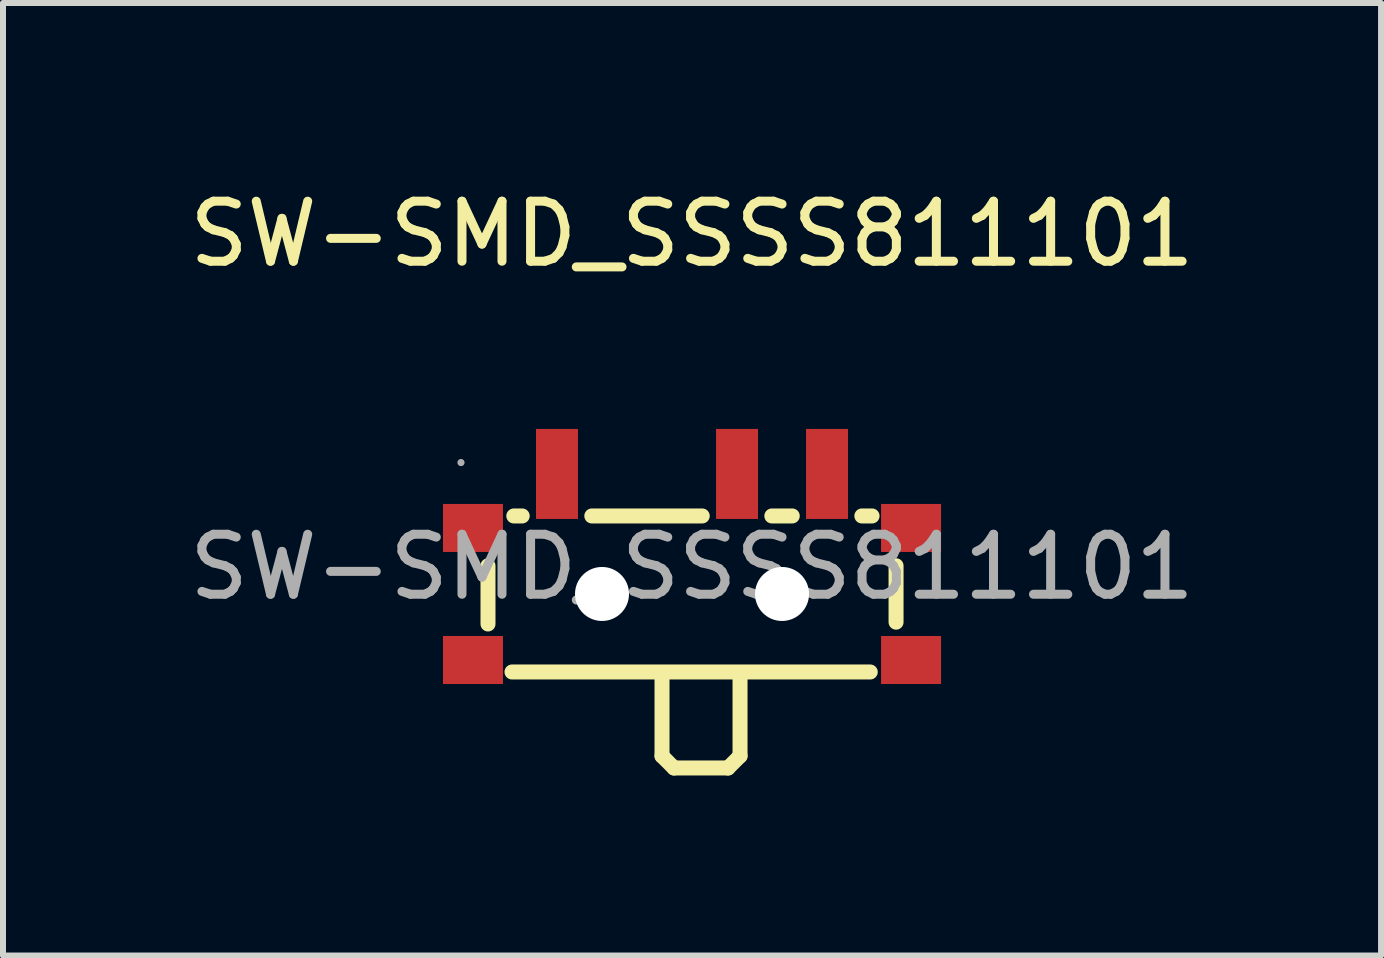
<source format=kicad_pcb>
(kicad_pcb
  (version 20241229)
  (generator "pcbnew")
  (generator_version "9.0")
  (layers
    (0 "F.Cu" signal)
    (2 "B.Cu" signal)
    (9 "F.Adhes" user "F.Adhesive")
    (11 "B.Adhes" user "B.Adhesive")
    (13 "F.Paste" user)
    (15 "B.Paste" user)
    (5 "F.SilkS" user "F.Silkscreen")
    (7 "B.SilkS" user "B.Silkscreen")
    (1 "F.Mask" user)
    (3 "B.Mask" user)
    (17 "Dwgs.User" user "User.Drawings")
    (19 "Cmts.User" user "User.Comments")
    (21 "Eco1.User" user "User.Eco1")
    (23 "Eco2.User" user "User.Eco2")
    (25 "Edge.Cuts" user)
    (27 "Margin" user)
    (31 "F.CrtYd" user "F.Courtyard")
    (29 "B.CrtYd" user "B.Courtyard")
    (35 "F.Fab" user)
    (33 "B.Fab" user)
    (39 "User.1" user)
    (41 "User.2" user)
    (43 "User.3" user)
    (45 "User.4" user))
  (footprint "SW-SMD_SSSS811101"
    (layer "F.Cu")
    (at 8.482 6.398)
    (property "Reference" "SW-SMD_SSSS811101" (at 0 -5.55 0) (layer "F.SilkS") (effects (font (size 1 1) (thickness 0.15))))
    (attr smd)
    (fp_line (start -3.4 0.95) (end -3.4 -0.02) (stroke (width 0.25) (type solid)) (layer "F.SilkS"))
    (fp_line (start -2.97 -0.85) (end -2.83 -0.85) (stroke (width 0.25) (type solid)) (layer "F.SilkS"))
    (fp_line (start -1.67 -0.85) (end 0.17 -0.85) (stroke (width 0.25) (type solid)) (layer "F.SilkS"))
    (fp_line (start -0.5 3.15) (end -0.5 1.85) (stroke (width 0.25) (type solid)) (layer "F.SilkS"))
    (fp_line (start -0.3 3.35) (end -0.5 3.15) (stroke (width 0.25) (type solid)) (layer "F.SilkS"))
    (fp_line (start -0.3 3.35) (end 0.6 3.35) (stroke (width 0.25) (type solid)) (layer "F.SilkS"))
    (fp_line (start 0.6 3.35) (end 0.8 3.15) (stroke (width 0.25) (type solid)) (layer "F.SilkS"))
    (fp_line (start 0.8 3.15) (end 0.8 1.85) (stroke (width 0.25) (type solid)) (layer "F.SilkS"))
    (fp_line (start 1.33 -0.85) (end 1.67 -0.85) (stroke (width 0.25) (type solid)) (layer "F.SilkS"))
    (fp_line (start 2.83 -0.85) (end 3 -0.85) (stroke (width 0.25) (type solid)) (layer "F.SilkS"))
    (fp_line (start 2.97 1.75) (end -3 1.75) (stroke (width 0.25) (type solid)) (layer "F.SilkS"))
    (fp_line (start 3.4 -0.02) (end 3.4 0.92) (stroke (width 0.25) (type solid)) (layer "F.SilkS"))
    (fp_circle (center -3.85 -1.74) (end -3.82 -1.74) (stroke (width 0.06) (type solid)) (fill no) (layer "F.Fab"))
    (fp_circle (center -1.5 0.45) (end -1.3 0.45) (stroke (width 0.4) (type solid)) (fill no) (layer "F.Fab"))
    (fp_circle (center 1.5 0.45) (end 1.7 0.45) (stroke (width 0.4) (type solid)) (fill no) (layer "F.Fab"))
    (fp_text user "${REFERENCE}" (at 0 0 0) (layer "F.Fab") (effects (font (size 1 1) (thickness 0.15))))
    (pad "" np_thru_hole circle (at -1.5 0.45) (size 0.9 0.9) (drill 0.9) (layers "*.Cu" "*.Mask"))
    (pad "" np_thru_hole circle (at 1.5 0.45) (size 0.9 0.9) (drill 0.9) (layers "*.Cu" "*.Mask"))
    (pad "1" smd rect (at -2.25 -1.55) (size 0.7 1.5) (layers "F.Cu" "F.Mask" "F.Paste"))
    (pad "2" smd rect (at 0.75 -1.55) (size 0.7 1.5) (layers "F.Cu" "F.Mask" "F.Paste"))
    (pad "3" smd rect (at 2.25 -1.55) (size 0.7 1.5) (layers "F.Cu" "F.Mask" "F.Paste"))
    (pad "4" smd rect (at -3.65 -0.65 90) (size 0.8 1) (layers "F.Cu" "F.Mask" "F.Paste"))
    (pad "5" smd rect (at 3.65 -0.65 90) (size 0.8 1) (layers "F.Cu" "F.Mask" "F.Paste"))
    (pad "6" smd rect (at 3.65 1.55 90) (size 0.8 1) (layers "F.Cu" "F.Mask" "F.Paste"))
    (pad "7" smd rect (at -3.65 1.55 90) (size 0.8 1) (layers "F.Cu" "F.Mask" "F.Paste")))
  (gr_rect
    (start -3 -3)
    (end 19.964 12.873)
    (stroke (width 0.1) (type default))
    (fill no)
    (layer "Edge.Cuts")))
</source>
